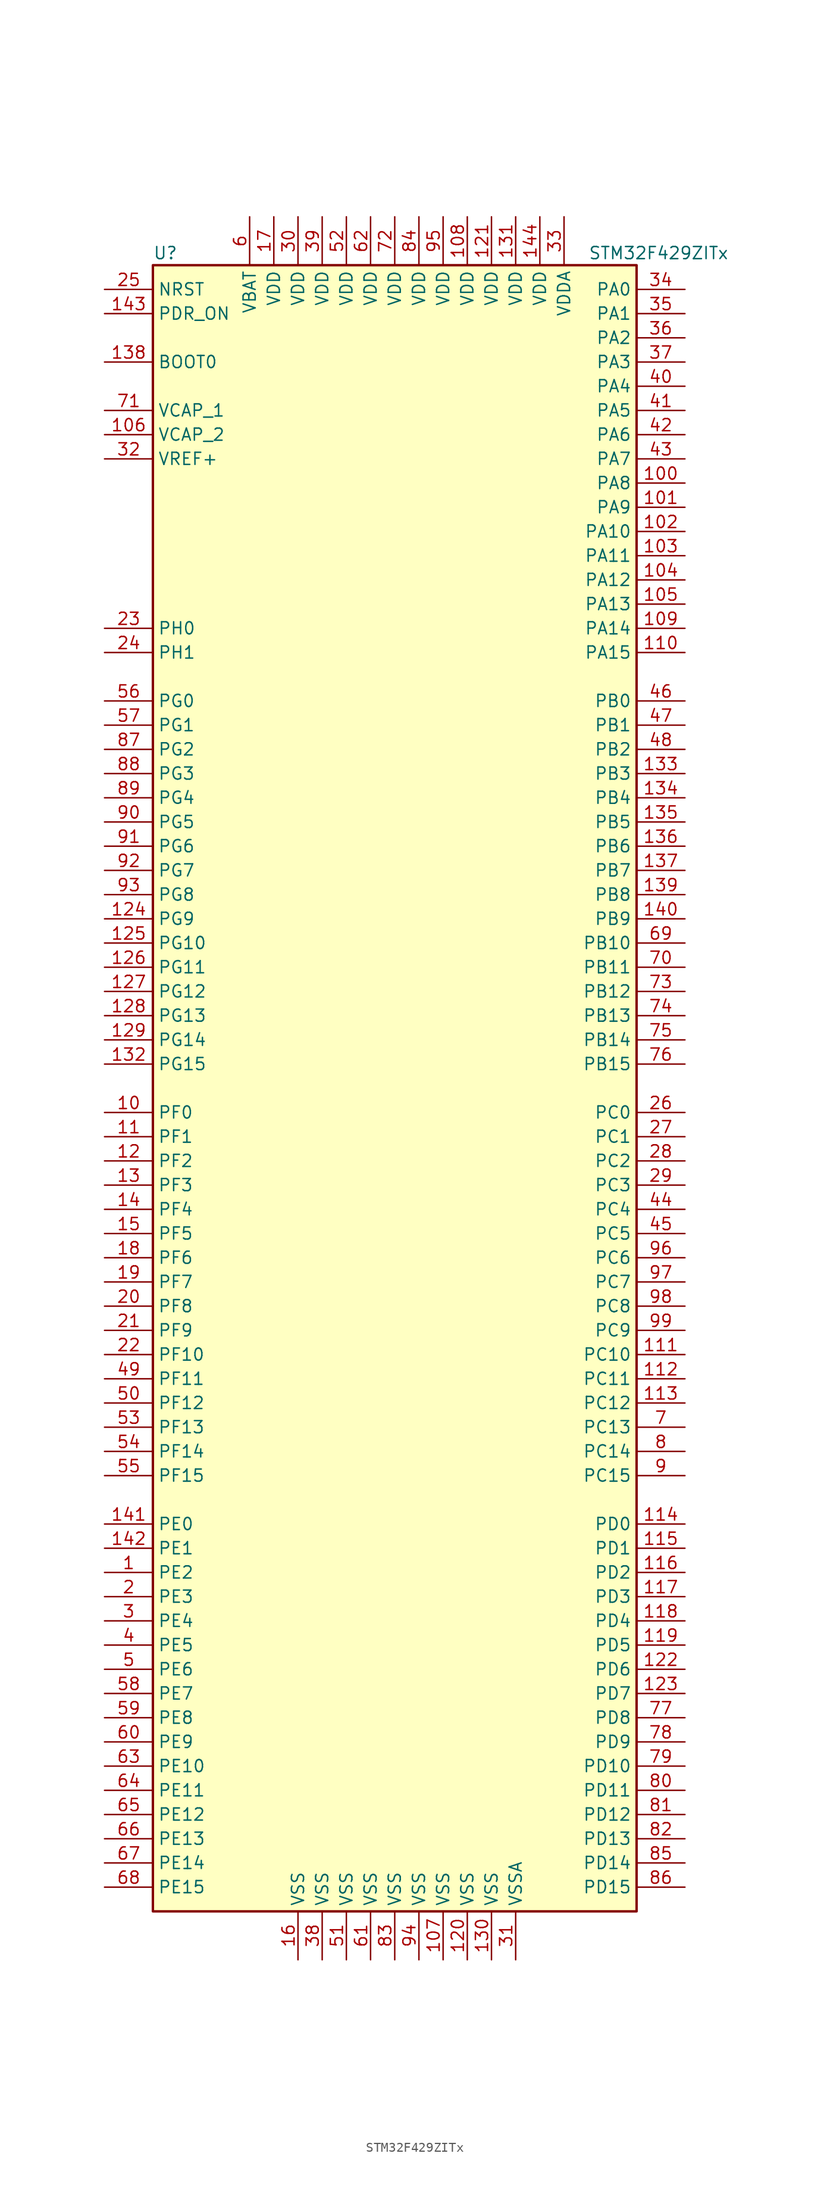
<source format=kicad_sym>
(kicad_symbol_lib
  (version 20220914)
  (generator kicad_symbol_editor)
  (symbol "STM32F429ZITx"
    (property "Reference" "U"
      (at -25.4 87.63 0)
      (effects (font (size 1.27 1.27)) (justify left)))
    (property "Value" "STM32F429ZITx"
      (at 20.32 87.63 0)
      (effects (font (size 1.27 1.27)) (justify left)))
    (symbol "STM32F429ZITx_0_1"
      (rectangle (start -25.4 -86.36) (end 25.4 86.36) (stroke (width 0.254) (type default)) (fill (type background))))
    (symbol "STM32F429ZITx_1_1"
      (pin bidirectional line (at -30.48 -50.8 0) (length 5.08) (name "PE2" (effects (font (size 1.27 1.27)))) (number "1" (effects (font (size 1.27 1.27)))))
      (pin bidirectional line (at -30.48 -2.54 0) (length 5.08) (name "PF0" (effects (font (size 1.27 1.27)))) (number "10" (effects (font (size 1.27 1.27)))))
      (pin bidirectional line (at 30.48 63.5 180) (length 5.08) (name "PA8" (effects (font (size 1.27 1.27)))) (number "100" (effects (font (size 1.27 1.27)))))
      (pin bidirectional line (at 30.48 60.96 180) (length 5.08) (name "PA9" (effects (font (size 1.27 1.27)))) (number "101" (effects (font (size 1.27 1.27)))))
      (pin bidirectional line (at 30.48 58.42 180) (length 5.08) (name "PA10" (effects (font (size 1.27 1.27)))) (number "102" (effects (font (size 1.27 1.27)))))
      (pin bidirectional line (at 30.48 55.88 180) (length 5.08) (name "PA11" (effects (font (size 1.27 1.27)))) (number "103" (effects (font (size 1.27 1.27)))))
      (pin bidirectional line (at 30.48 53.34 180) (length 5.08) (name "PA12" (effects (font (size 1.27 1.27)))) (number "104" (effects (font (size 1.27 1.27)))))
      (pin bidirectional line (at 30.48 50.8 180) (length 5.08) (name "PA13" (effects (font (size 1.27 1.27)))) (number "105" (effects (font (size 1.27 1.27)))))
      (pin power_in line (at -30.48 68.58 0) (length 5.08) (name "VCAP_2" (effects (font (size 1.27 1.27)))) (number "106" (effects (font (size 1.27 1.27)))))
      (pin power_in line (at 5.08 -91.44 90) (length 5.08) (name "VSS" (effects (font (size 1.27 1.27)))) (number "107" (effects (font (size 1.27 1.27)))))
      (pin power_in line (at 7.62 91.44 270) (length 5.08) (name "VDD" (effects (font (size 1.27 1.27)))) (number "108" (effects (font (size 1.27 1.27)))))
      (pin bidirectional line (at 30.48 48.26 180) (length 5.08) (name "PA14" (effects (font (size 1.27 1.27)))) (number "109" (effects (font (size 1.27 1.27)))))
      (pin bidirectional line (at -30.48 -5.08 0) (length 5.08) (name "PF1" (effects (font (size 1.27 1.27)))) (number "11" (effects (font (size 1.27 1.27)))))
      (pin bidirectional line (at 30.48 45.72 180) (length 5.08) (name "PA15" (effects (font (size 1.27 1.27)))) (number "110" (effects (font (size 1.27 1.27)))))
      (pin bidirectional line (at 30.48 -27.94 180) (length 5.08) (name "PC10" (effects (font (size 1.27 1.27)))) (number "111" (effects (font (size 1.27 1.27)))))
      (pin bidirectional line (at 30.48 -30.48 180) (length 5.08) (name "PC11" (effects (font (size 1.27 1.27)))) (number "112" (effects (font (size 1.27 1.27)))))
      (pin bidirectional line (at 30.48 -33.02 180) (length 5.08) (name "PC12" (effects (font (size 1.27 1.27)))) (number "113" (effects (font (size 1.27 1.27)))))
      (pin bidirectional line (at 30.48 -45.72 180) (length 5.08) (name "PD0" (effects (font (size 1.27 1.27)))) (number "114" (effects (font (size 1.27 1.27)))))
      (pin bidirectional line (at 30.48 -48.26 180) (length 5.08) (name "PD1" (effects (font (size 1.27 1.27)))) (number "115" (effects (font (size 1.27 1.27)))))
      (pin bidirectional line (at 30.48 -50.8 180) (length 5.08) (name "PD2" (effects (font (size 1.27 1.27)))) (number "116" (effects (font (size 1.27 1.27)))))
      (pin bidirectional line (at 30.48 -53.34 180) (length 5.08) (name "PD3" (effects (font (size 1.27 1.27)))) (number "117" (effects (font (size 1.27 1.27)))))
      (pin bidirectional line (at 30.48 -55.88 180) (length 5.08) (name "PD4" (effects (font (size 1.27 1.27)))) (number "118" (effects (font (size 1.27 1.27)))))
      (pin bidirectional line (at 30.48 -58.42 180) (length 5.08) (name "PD5" (effects (font (size 1.27 1.27)))) (number "119" (effects (font (size 1.27 1.27)))))
      (pin bidirectional line (at -30.48 -7.62 0) (length 5.08) (name "PF2" (effects (font (size 1.27 1.27)))) (number "12" (effects (font (size 1.27 1.27)))))
      (pin power_in line (at 7.62 -91.44 90) (length 5.08) (name "VSS" (effects (font (size 1.27 1.27)))) (number "120" (effects (font (size 1.27 1.27)))))
      (pin power_in line (at 10.16 91.44 270) (length 5.08) (name "VDD" (effects (font (size 1.27 1.27)))) (number "121" (effects (font (size 1.27 1.27)))))
      (pin bidirectional line (at 30.48 -60.96 180) (length 5.08) (name "PD6" (effects (font (size 1.27 1.27)))) (number "122" (effects (font (size 1.27 1.27)))))
      (pin bidirectional line (at 30.48 -63.5 180) (length 5.08) (name "PD7" (effects (font (size 1.27 1.27)))) (number "123" (effects (font (size 1.27 1.27)))))
      (pin bidirectional line (at -30.48 17.78 0) (length 5.08) (name "PG9" (effects (font (size 1.27 1.27)))) (number "124" (effects (font (size 1.27 1.27)))))
      (pin bidirectional line (at -30.48 15.24 0) (length 5.08) (name "PG10" (effects (font (size 1.27 1.27)))) (number "125" (effects (font (size 1.27 1.27)))))
      (pin bidirectional line (at -30.48 12.7 0) (length 5.08) (name "PG11" (effects (font (size 1.27 1.27)))) (number "126" (effects (font (size 1.27 1.27)))))
      (pin bidirectional line (at -30.48 10.16 0) (length 5.08) (name "PG12" (effects (font (size 1.27 1.27)))) (number "127" (effects (font (size 1.27 1.27)))))
      (pin bidirectional line (at -30.48 7.62 0) (length 5.08) (name "PG13" (effects (font (size 1.27 1.27)))) (number "128" (effects (font (size 1.27 1.27)))))
      (pin bidirectional line (at -30.48 5.08 0) (length 5.08) (name "PG14" (effects (font (size 1.27 1.27)))) (number "129" (effects (font (size 1.27 1.27)))))
      (pin bidirectional line (at -30.48 -10.16 0) (length 5.08) (name "PF3" (effects (font (size 1.27 1.27)))) (number "13" (effects (font (size 1.27 1.27)))))
      (pin power_in line (at 10.16 -91.44 90) (length 5.08) (name "VSS" (effects (font (size 1.27 1.27)))) (number "130" (effects (font (size 1.27 1.27)))))
      (pin power_in line (at 12.7 91.44 270) (length 5.08) (name "VDD" (effects (font (size 1.27 1.27)))) (number "131" (effects (font (size 1.27 1.27)))))
      (pin bidirectional line (at -30.48 2.54 0) (length 5.08) (name "PG15" (effects (font (size 1.27 1.27)))) (number "132" (effects (font (size 1.27 1.27)))))
      (pin bidirectional line (at 30.48 33.02 180) (length 5.08) (name "PB3" (effects (font (size 1.27 1.27)))) (number "133" (effects (font (size 1.27 1.27)))))
      (pin bidirectional line (at 30.48 30.48 180) (length 5.08) (name "PB4" (effects (font (size 1.27 1.27)))) (number "134" (effects (font (size 1.27 1.27)))))
      (pin bidirectional line (at 30.48 27.94 180) (length 5.08) (name "PB5" (effects (font (size 1.27 1.27)))) (number "135" (effects (font (size 1.27 1.27)))))
      (pin bidirectional line (at 30.48 25.4 180) (length 5.08) (name "PB6" (effects (font (size 1.27 1.27)))) (number "136" (effects (font (size 1.27 1.27)))))
      (pin bidirectional line (at 30.48 22.86 180) (length 5.08) (name "PB7" (effects (font (size 1.27 1.27)))) (number "137" (effects (font (size 1.27 1.27)))))
      (pin input line (at -30.48 76.2 0) (length 5.08) (name "BOOT0" (effects (font (size 1.27 1.27)))) (number "138" (effects (font (size 1.27 1.27)))))
      (pin bidirectional line (at 30.48 20.32 180) (length 5.08) (name "PB8" (effects (font (size 1.27 1.27)))) (number "139" (effects (font (size 1.27 1.27)))))
      (pin bidirectional line (at -30.48 -12.7 0) (length 5.08) (name "PF4" (effects (font (size 1.27 1.27)))) (number "14" (effects (font (size 1.27 1.27)))))
      (pin bidirectional line (at 30.48 17.78 180) (length 5.08) (name "PB9" (effects (font (size 1.27 1.27)))) (number "140" (effects (font (size 1.27 1.27)))))
      (pin bidirectional line (at -30.48 -45.72 0) (length 5.08) (name "PE0" (effects (font (size 1.27 1.27)))) (number "141" (effects (font (size 1.27 1.27)))))
      (pin bidirectional line (at -30.48 -48.26 0) (length 5.08) (name "PE1" (effects (font (size 1.27 1.27)))) (number "142" (effects (font (size 1.27 1.27)))))
      (pin input line (at -30.48 81.28 0) (length 5.08) (name "PDR_ON" (effects (font (size 1.27 1.27)))) (number "143" (effects (font (size 1.27 1.27)))))
      (pin power_in line (at 15.24 91.44 270) (length 5.08) (name "VDD" (effects (font (size 1.27 1.27)))) (number "144" (effects (font (size 1.27 1.27)))))
      (pin bidirectional line (at -30.48 -15.24 0) (length 5.08) (name "PF5" (effects (font (size 1.27 1.27)))) (number "15" (effects (font (size 1.27 1.27)))))
      (pin power_in line (at -10.16 -91.44 90) (length 5.08) (name "VSS" (effects (font (size 1.27 1.27)))) (number "16" (effects (font (size 1.27 1.27)))))
      (pin power_in line (at -12.7 91.44 270) (length 5.08) (name "VDD" (effects (font (size 1.27 1.27)))) (number "17" (effects (font (size 1.27 1.27)))))
      (pin bidirectional line (at -30.48 -17.78 0) (length 5.08) (name "PF6" (effects (font (size 1.27 1.27)))) (number "18" (effects (font (size 1.27 1.27)))))
      (pin bidirectional line (at -30.48 -20.32 0) (length 5.08) (name "PF7" (effects (font (size 1.27 1.27)))) (number "19" (effects (font (size 1.27 1.27)))))
      (pin bidirectional line (at -30.48 -53.34 0) (length 5.08) (name "PE3" (effects (font (size 1.27 1.27)))) (number "2" (effects (font (size 1.27 1.27)))))
      (pin bidirectional line (at -30.48 -22.86 0) (length 5.08) (name "PF8" (effects (font (size 1.27 1.27)))) (number "20" (effects (font (size 1.27 1.27)))))
      (pin bidirectional line (at -30.48 -25.4 0) (length 5.08) (name "PF9" (effects (font (size 1.27 1.27)))) (number "21" (effects (font (size 1.27 1.27)))))
      (pin bidirectional line (at -30.48 -27.94 0) (length 5.08) (name "PF10" (effects (font (size 1.27 1.27)))) (number "22" (effects (font (size 1.27 1.27)))))
      (pin input line (at -30.48 48.26 0) (length 5.08) (name "PH0" (effects (font (size 1.27 1.27)))) (number "23" (effects (font (size 1.27 1.27)))))
      (pin input line (at -30.48 45.72 0) (length 5.08) (name "PH1" (effects (font (size 1.27 1.27)))) (number "24" (effects (font (size 1.27 1.27)))))
      (pin input line (at -30.48 83.82 0) (length 5.08) (name "NRST" (effects (font (size 1.27 1.27)))) (number "25" (effects (font (size 1.27 1.27)))))
      (pin bidirectional line (at 30.48 -2.54 180) (length 5.08) (name "PC0" (effects (font (size 1.27 1.27)))) (number "26" (effects (font (size 1.27 1.27)))))
      (pin bidirectional line (at 30.48 -5.08 180) (length 5.08) (name "PC1" (effects (font (size 1.27 1.27)))) (number "27" (effects (font (size 1.27 1.27)))))
      (pin bidirectional line (at 30.48 -7.62 180) (length 5.08) (name "PC2" (effects (font (size 1.27 1.27)))) (number "28" (effects (font (size 1.27 1.27)))))
      (pin bidirectional line (at 30.48 -10.16 180) (length 5.08) (name "PC3" (effects (font (size 1.27 1.27)))) (number "29" (effects (font (size 1.27 1.27)))))
      (pin bidirectional line (at -30.48 -55.88 0) (length 5.08) (name "PE4" (effects (font (size 1.27 1.27)))) (number "3" (effects (font (size 1.27 1.27)))))
      (pin power_in line (at -10.16 91.44 270) (length 5.08) (name "VDD" (effects (font (size 1.27 1.27)))) (number "30" (effects (font (size 1.27 1.27)))))
      (pin power_in line (at 12.7 -91.44 90) (length 5.08) (name "VSSA" (effects (font (size 1.27 1.27)))) (number "31" (effects (font (size 1.27 1.27)))))
      (pin power_in line (at -30.48 66.04 0) (length 5.08) (name "VREF+" (effects (font (size 1.27 1.27)))) (number "32" (effects (font (size 1.27 1.27)))))
      (pin power_in line (at 17.78 91.44 270) (length 5.08) (name "VDDA" (effects (font (size 1.27 1.27)))) (number "33" (effects (font (size 1.27 1.27)))))
      (pin bidirectional line (at 30.48 83.82 180) (length 5.08) (name "PA0" (effects (font (size 1.27 1.27)))) (number "34" (effects (font (size 1.27 1.27)))))
      (pin bidirectional line (at 30.48 81.28 180) (length 5.08) (name "PA1" (effects (font (size 1.27 1.27)))) (number "35" (effects (font (size 1.27 1.27)))))
      (pin bidirectional line (at 30.48 78.74 180) (length 5.08) (name "PA2" (effects (font (size 1.27 1.27)))) (number "36" (effects (font (size 1.27 1.27)))))
      (pin bidirectional line (at 30.48 76.2 180) (length 5.08) (name "PA3" (effects (font (size 1.27 1.27)))) (number "37" (effects (font (size 1.27 1.27)))))
      (pin power_in line (at -7.62 -91.44 90) (length 5.08) (name "VSS" (effects (font (size 1.27 1.27)))) (number "38" (effects (font (size 1.27 1.27)))))
      (pin power_in line (at -7.62 91.44 270) (length 5.08) (name "VDD" (effects (font (size 1.27 1.27)))) (number "39" (effects (font (size 1.27 1.27)))))
      (pin bidirectional line (at -30.48 -58.42 0) (length 5.08) (name "PE5" (effects (font (size 1.27 1.27)))) (number "4" (effects (font (size 1.27 1.27)))))
      (pin bidirectional line (at 30.48 73.66 180) (length 5.08) (name "PA4" (effects (font (size 1.27 1.27)))) (number "40" (effects (font (size 1.27 1.27)))))
      (pin bidirectional line (at 30.48 71.12 180) (length 5.08) (name "PA5" (effects (font (size 1.27 1.27)))) (number "41" (effects (font (size 1.27 1.27)))))
      (pin bidirectional line (at 30.48 68.58 180) (length 5.08) (name "PA6" (effects (font (size 1.27 1.27)))) (number "42" (effects (font (size 1.27 1.27)))))
      (pin bidirectional line (at 30.48 66.04 180) (length 5.08) (name "PA7" (effects (font (size 1.27 1.27)))) (number "43" (effects (font (size 1.27 1.27)))))
      (pin bidirectional line (at 30.48 -12.7 180) (length 5.08) (name "PC4" (effects (font (size 1.27 1.27)))) (number "44" (effects (font (size 1.27 1.27)))))
      (pin bidirectional line (at 30.48 -15.24 180) (length 5.08) (name "PC5" (effects (font (size 1.27 1.27)))) (number "45" (effects (font (size 1.27 1.27)))))
      (pin bidirectional line (at 30.48 40.64 180) (length 5.08) (name "PB0" (effects (font (size 1.27 1.27)))) (number "46" (effects (font (size 1.27 1.27)))))
      (pin bidirectional line (at 30.48 38.1 180) (length 5.08) (name "PB1" (effects (font (size 1.27 1.27)))) (number "47" (effects (font (size 1.27 1.27)))))
      (pin bidirectional line (at 30.48 35.56 180) (length 5.08) (name "PB2" (effects (font (size 1.27 1.27)))) (number "48" (effects (font (size 1.27 1.27)))))
      (pin bidirectional line (at -30.48 -30.48 0) (length 5.08) (name "PF11" (effects (font (size 1.27 1.27)))) (number "49" (effects (font (size 1.27 1.27)))))
      (pin bidirectional line (at -30.48 -60.96 0) (length 5.08) (name "PE6" (effects (font (size 1.27 1.27)))) (number "5" (effects (font (size 1.27 1.27)))))
      (pin bidirectional line (at -30.48 -33.02 0) (length 5.08) (name "PF12" (effects (font (size 1.27 1.27)))) (number "50" (effects (font (size 1.27 1.27)))))
      (pin power_in line (at -5.08 -91.44 90) (length 5.08) (name "VSS" (effects (font (size 1.27 1.27)))) (number "51" (effects (font (size 1.27 1.27)))))
      (pin power_in line (at -5.08 91.44 270) (length 5.08) (name "VDD" (effects (font (size 1.27 1.27)))) (number "52" (effects (font (size 1.27 1.27)))))
      (pin bidirectional line (at -30.48 -35.56 0) (length 5.08) (name "PF13" (effects (font (size 1.27 1.27)))) (number "53" (effects (font (size 1.27 1.27)))))
      (pin bidirectional line (at -30.48 -38.1 0) (length 5.08) (name "PF14" (effects (font (size 1.27 1.27)))) (number "54" (effects (font (size 1.27 1.27)))))
      (pin bidirectional line (at -30.48 -40.64 0) (length 5.08) (name "PF15" (effects (font (size 1.27 1.27)))) (number "55" (effects (font (size 1.27 1.27)))))
      (pin bidirectional line (at -30.48 40.64 0) (length 5.08) (name "PG0" (effects (font (size 1.27 1.27)))) (number "56" (effects (font (size 1.27 1.27)))))
      (pin bidirectional line (at -30.48 38.1 0) (length 5.08) (name "PG1" (effects (font (size 1.27 1.27)))) (number "57" (effects (font (size 1.27 1.27)))))
      (pin bidirectional line (at -30.48 -63.5 0) (length 5.08) (name "PE7" (effects (font (size 1.27 1.27)))) (number "58" (effects (font (size 1.27 1.27)))))
      (pin bidirectional line (at -30.48 -66.04 0) (length 5.08) (name "PE8" (effects (font (size 1.27 1.27)))) (number "59" (effects (font (size 1.27 1.27)))))
      (pin power_in line (at -15.24 91.44 270) (length 5.08) (name "VBAT" (effects (font (size 1.27 1.27)))) (number "6" (effects (font (size 1.27 1.27)))))
      (pin bidirectional line (at -30.48 -68.58 0) (length 5.08) (name "PE9" (effects (font (size 1.27 1.27)))) (number "60" (effects (font (size 1.27 1.27)))))
      (pin power_in line (at -2.54 -91.44 90) (length 5.08) (name "VSS" (effects (font (size 1.27 1.27)))) (number "61" (effects (font (size 1.27 1.27)))))
      (pin power_in line (at -2.54 91.44 270) (length 5.08) (name "VDD" (effects (font (size 1.27 1.27)))) (number "62" (effects (font (size 1.27 1.27)))))
      (pin bidirectional line (at -30.48 -71.12 0) (length 5.08) (name "PE10" (effects (font (size 1.27 1.27)))) (number "63" (effects (font (size 1.27 1.27)))))
      (pin bidirectional line (at -30.48 -73.66 0) (length 5.08) (name "PE11" (effects (font (size 1.27 1.27)))) (number "64" (effects (font (size 1.27 1.27)))))
      (pin bidirectional line (at -30.48 -76.2 0) (length 5.08) (name "PE12" (effects (font (size 1.27 1.27)))) (number "65" (effects (font (size 1.27 1.27)))))
      (pin bidirectional line (at -30.48 -78.74 0) (length 5.08) (name "PE13" (effects (font (size 1.27 1.27)))) (number "66" (effects (font (size 1.27 1.27)))))
      (pin bidirectional line (at -30.48 -81.28 0) (length 5.08) (name "PE14" (effects (font (size 1.27 1.27)))) (number "67" (effects (font (size 1.27 1.27)))))
      (pin bidirectional line (at -30.48 -83.82 0) (length 5.08) (name "PE15" (effects (font (size 1.27 1.27)))) (number "68" (effects (font (size 1.27 1.27)))))
      (pin bidirectional line (at 30.48 15.24 180) (length 5.08) (name "PB10" (effects (font (size 1.27 1.27)))) (number "69" (effects (font (size 1.27 1.27)))))
      (pin bidirectional line (at 30.48 -35.56 180) (length 5.08) (name "PC13" (effects (font (size 1.27 1.27)))) (number "7" (effects (font (size 1.27 1.27)))))
      (pin bidirectional line (at 30.48 12.7 180) (length 5.08) (name "PB11" (effects (font (size 1.27 1.27)))) (number "70" (effects (font (size 1.27 1.27)))))
      (pin power_in line (at -30.48 71.12 0) (length 5.08) (name "VCAP_1" (effects (font (size 1.27 1.27)))) (number "71" (effects (font (size 1.27 1.27)))))
      (pin power_in line (at 0 91.44 270) (length 5.08) (name "VDD" (effects (font (size 1.27 1.27)))) (number "72" (effects (font (size 1.27 1.27)))))
      (pin bidirectional line (at 30.48 10.16 180) (length 5.08) (name "PB12" (effects (font (size 1.27 1.27)))) (number "73" (effects (font (size 1.27 1.27)))))
      (pin bidirectional line (at 30.48 7.62 180) (length 5.08) (name "PB13" (effects (font (size 1.27 1.27)))) (number "74" (effects (font (size 1.27 1.27)))))
      (pin bidirectional line (at 30.48 5.08 180) (length 5.08) (name "PB14" (effects (font (size 1.27 1.27)))) (number "75" (effects (font (size 1.27 1.27)))))
      (pin bidirectional line (at 30.48 2.54 180) (length 5.08) (name "PB15" (effects (font (size 1.27 1.27)))) (number "76" (effects (font (size 1.27 1.27)))))
      (pin bidirectional line (at 30.48 -66.04 180) (length 5.08) (name "PD8" (effects (font (size 1.27 1.27)))) (number "77" (effects (font (size 1.27 1.27)))))
      (pin bidirectional line (at 30.48 -68.58 180) (length 5.08) (name "PD9" (effects (font (size 1.27 1.27)))) (number "78" (effects (font (size 1.27 1.27)))))
      (pin bidirectional line (at 30.48 -71.12 180) (length 5.08) (name "PD10" (effects (font (size 1.27 1.27)))) (number "79" (effects (font (size 1.27 1.27)))))
      (pin bidirectional line (at 30.48 -38.1 180) (length 5.08) (name "PC14" (effects (font (size 1.27 1.27)))) (number "8" (effects (font (size 1.27 1.27)))))
      (pin bidirectional line (at 30.48 -73.66 180) (length 5.08) (name "PD11" (effects (font (size 1.27 1.27)))) (number "80" (effects (font (size 1.27 1.27)))))
      (pin bidirectional line (at 30.48 -76.2 180) (length 5.08) (name "PD12" (effects (font (size 1.27 1.27)))) (number "81" (effects (font (size 1.27 1.27)))))
      (pin bidirectional line (at 30.48 -78.74 180) (length 5.08) (name "PD13" (effects (font (size 1.27 1.27)))) (number "82" (effects (font (size 1.27 1.27)))))
      (pin power_in line (at 0 -91.44 90) (length 5.08) (name "VSS" (effects (font (size 1.27 1.27)))) (number "83" (effects (font (size 1.27 1.27)))))
      (pin power_in line (at 2.54 91.44 270) (length 5.08) (name "VDD" (effects (font (size 1.27 1.27)))) (number "84" (effects (font (size 1.27 1.27)))))
      (pin bidirectional line (at 30.48 -81.28 180) (length 5.08) (name "PD14" (effects (font (size 1.27 1.27)))) (number "85" (effects (font (size 1.27 1.27)))))
      (pin bidirectional line (at 30.48 -83.82 180) (length 5.08) (name "PD15" (effects (font (size 1.27 1.27)))) (number "86" (effects (font (size 1.27 1.27)))))
      (pin bidirectional line (at -30.48 35.56 0) (length 5.08) (name "PG2" (effects (font (size 1.27 1.27)))) (number "87" (effects (font (size 1.27 1.27)))))
      (pin bidirectional line (at -30.48 33.02 0) (length 5.08) (name "PG3" (effects (font (size 1.27 1.27)))) (number "88" (effects (font (size 1.27 1.27)))))
      (pin bidirectional line (at -30.48 30.48 0) (length 5.08) (name "PG4" (effects (font (size 1.27 1.27)))) (number "89" (effects (font (size 1.27 1.27)))))
      (pin bidirectional line (at 30.48 -40.64 180) (length 5.08) (name "PC15" (effects (font (size 1.27 1.27)))) (number "9" (effects (font (size 1.27 1.27)))))
      (pin bidirectional line (at -30.48 27.94 0) (length 5.08) (name "PG5" (effects (font (size 1.27 1.27)))) (number "90" (effects (font (size 1.27 1.27)))))
      (pin bidirectional line (at -30.48 25.4 0) (length 5.08) (name "PG6" (effects (font (size 1.27 1.27)))) (number "91" (effects (font (size 1.27 1.27)))))
      (pin bidirectional line (at -30.48 22.86 0) (length 5.08) (name "PG7" (effects (font (size 1.27 1.27)))) (number "92" (effects (font (size 1.27 1.27)))))
      (pin bidirectional line (at -30.48 20.32 0) (length 5.08) (name "PG8" (effects (font (size 1.27 1.27)))) (number "93" (effects (font (size 1.27 1.27)))))
      (pin power_in line (at 2.54 -91.44 90) (length 5.08) (name "VSS" (effects (font (size 1.27 1.27)))) (number "94" (effects (font (size 1.27 1.27)))))
      (pin power_in line (at 5.08 91.44 270) (length 5.08) (name "VDD" (effects (font (size 1.27 1.27)))) (number "95" (effects (font (size 1.27 1.27)))))
      (pin bidirectional line (at 30.48 -17.78 180) (length 5.08) (name "PC6" (effects (font (size 1.27 1.27)))) (number "96" (effects (font (size 1.27 1.27)))))
      (pin bidirectional line (at 30.48 -20.32 180) (length 5.08) (name "PC7" (effects (font (size 1.27 1.27)))) (number "97" (effects (font (size 1.27 1.27)))))
      (pin bidirectional line (at 30.48 -22.86 180) (length 5.08) (name "PC8" (effects (font (size 1.27 1.27)))) (number "98" (effects (font (size 1.27 1.27)))))
      (pin bidirectional line (at 30.48 -25.4 180) (length 5.08) (name "PC9" (effects (font (size 1.27 1.27)))) (number "99" (effects (font (size 1.27 1.27))))))))
</source>
